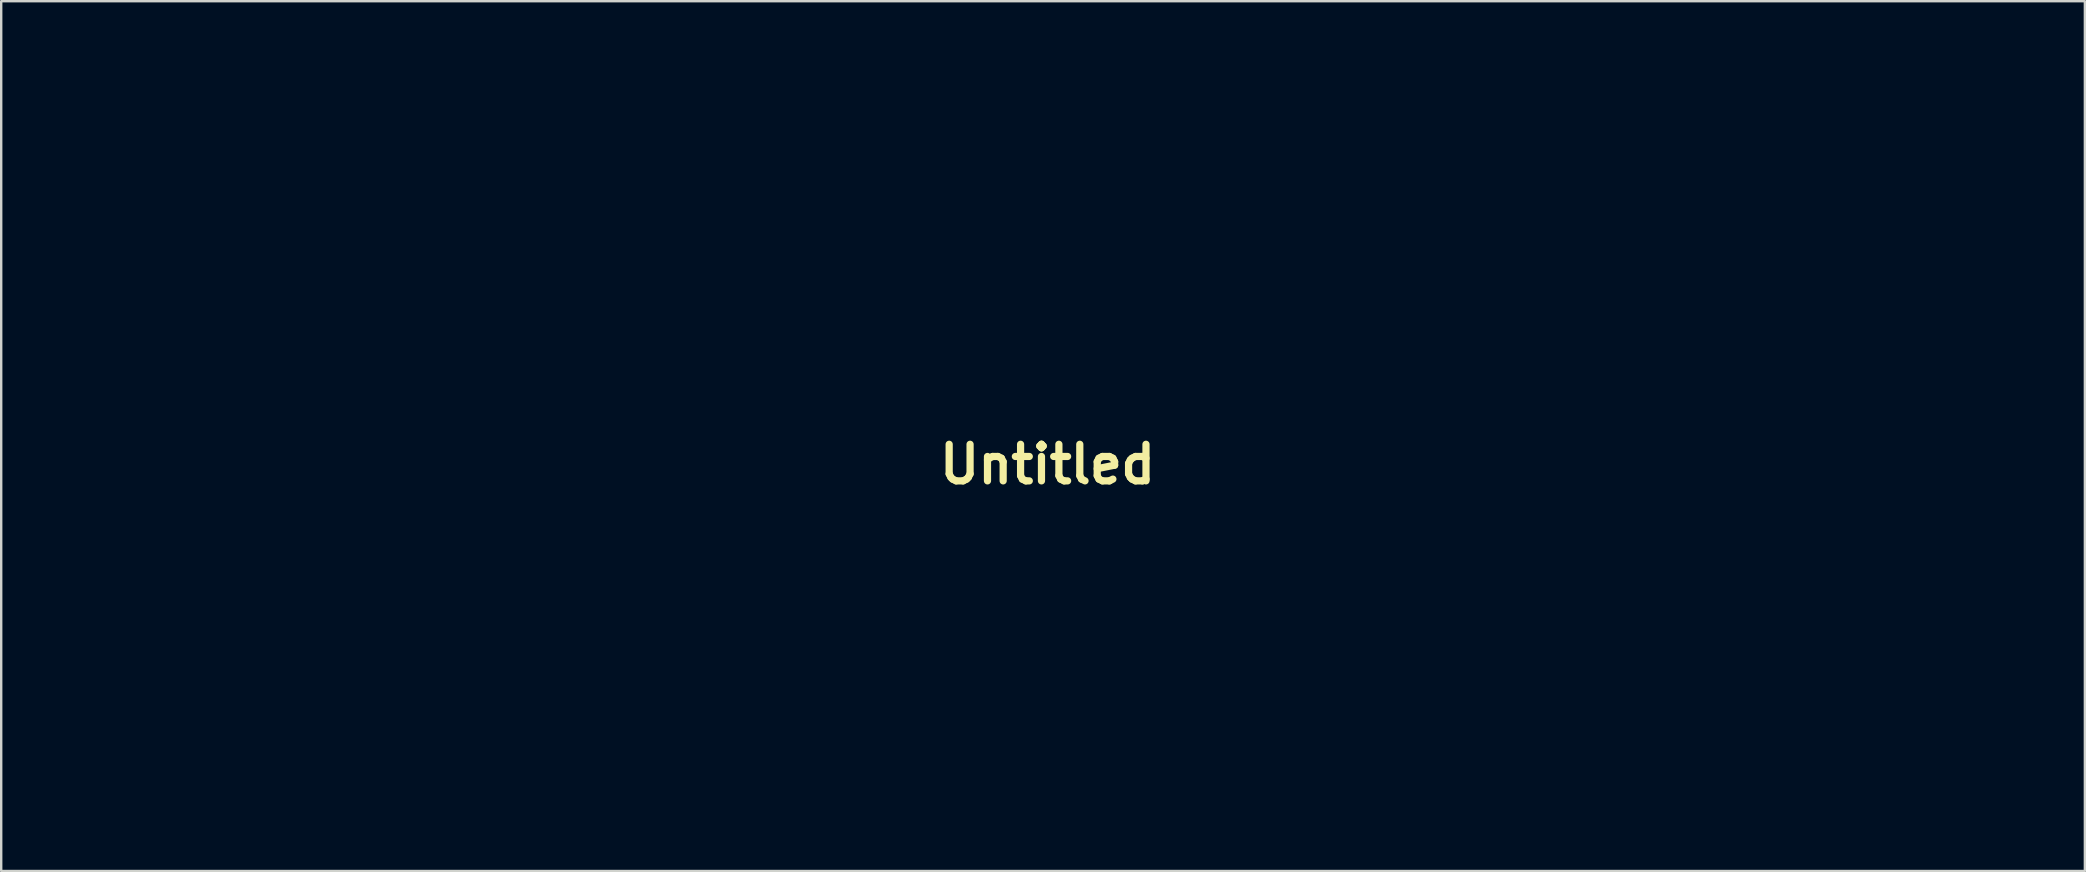
<source format=kicad_pcb>
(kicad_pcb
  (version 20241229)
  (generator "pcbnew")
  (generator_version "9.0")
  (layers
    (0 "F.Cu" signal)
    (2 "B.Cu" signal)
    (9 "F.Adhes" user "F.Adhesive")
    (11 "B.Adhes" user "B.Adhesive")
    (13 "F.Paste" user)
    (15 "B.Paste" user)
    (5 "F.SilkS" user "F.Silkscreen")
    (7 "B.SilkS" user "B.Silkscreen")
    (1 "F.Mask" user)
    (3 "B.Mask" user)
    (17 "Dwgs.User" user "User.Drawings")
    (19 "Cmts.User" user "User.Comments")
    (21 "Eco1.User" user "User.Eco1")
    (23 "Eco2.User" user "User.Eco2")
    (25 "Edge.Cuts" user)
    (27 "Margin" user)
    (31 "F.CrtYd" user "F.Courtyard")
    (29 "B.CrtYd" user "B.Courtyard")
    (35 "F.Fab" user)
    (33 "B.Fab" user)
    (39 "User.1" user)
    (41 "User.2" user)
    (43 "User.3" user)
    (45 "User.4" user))
  (footprint "Untitled"
    (layer "F.Cu")
    (at 40.6 16.297)
    (property "Reference" "Untitled" (at 0 0 0) (layer "F.SilkS") (effects (font (size 1.524 1.524) (thickness 0.3))))
    (attr through_hole)
    (fp_poly (pts (xy 40.217 13.801) (xy 8.721 13.801) (xy 8.721 0.508) (xy 40.217 0.508) (xy 40.217 13.801)) (stroke (width 0.01) (type solid)) (fill yes) (layer "F.Mask"))
    (fp_poly (pts (xy -0.953 9.332) (xy 0.042 9.356) (xy 0.042 9.948) (xy -0.953 9.972) (xy -1.947 9.996) (xy -1.947 9.308) (xy -0.953 9.332)) (stroke (width 0.01) (type solid)) (fill yes) (layer "F.Mask"))
    (fp_poly (pts (xy -25.871 4.176) (xy -25.833 4.288) (xy -25.839 4.338) (xy -25.919 4.497) (xy -26.06 4.565) (xy -26.187 4.518) (xy -26.238 4.391) (xy -26.247 4.304) (xy -26.19 4.181) (xy -26.029 4.149) (xy -25.871 4.176)) (stroke (width 0.01) (type solid)) (fill yes) (layer "F.Mask"))
    (fp_poly (pts (xy -30.93 -1.401) (xy -30.946 -1.277) (xy -31.033 -1.153) (xy -31.211 -1.027) (xy -31.34 -1.06) (xy -31.364 -1.093) (xy -31.379 -1.244) (xy -31.3 -1.388) (xy -31.191 -1.439) (xy -31.04 -1.443) (xy -31.011 -1.446) (xy -30.93 -1.401)) (stroke (width 0.01) (type solid)) (fill yes) (layer "F.Mask"))
    (fp_poly (pts (xy 0.127 -9.017) (xy -0.762 -8.966) (xy -0.762 -3.556) (xy 0.169 -3.556) (xy 0.169 -2.794) (xy -2.117 -2.794) (xy -2.117 -3.556) (xy -1.185 -3.556) (xy -1.185 -8.966) (xy -2.074 -9.017) (xy -2.074 -9.779) (xy 0.127 -9.779) (xy 0.127 -9.017)) (stroke (width 0.01) (type solid)) (fill yes) (layer "F.Mask"))
    (fp_poly (pts (xy -22.879 9.165) (xy -22.855 10.414) (xy -29.215 10.414) (xy -29.191 9.165) (xy -29.173 8.213) (xy -28.956 8.213) (xy -28.956 10.16) (xy -23.114 10.16) (xy -23.114 8.213) (xy -28.956 8.213) (xy -29.173 8.213) (xy -29.168 7.916) (xy -22.902 7.916) (xy -22.879 9.165)) (stroke (width 0.01) (type solid)) (fill yes) (layer "F.Mask"))
    (fp_poly (pts (xy -25.919 8.763) (xy -25.794 8.876) (xy -25.669 9.105) (xy -25.676 9.328) (xy -25.801 9.497) (xy -26.025 9.567) (xy -26.035 9.567) (xy -26.229 9.521) (xy -26.314 9.466) (xy -26.408 9.266) (xy -26.398 9.186) (xy -26.162 9.186) (xy -26.094 9.299) (xy -26.035 9.313) (xy -25.923 9.246) (xy -25.908 9.186) (xy -25.976 9.074) (xy -26.035 9.059) (xy -26.147 9.127) (xy -26.162 9.186) (xy -26.398 9.186) (xy -26.378 9.032) (xy -26.261 8.861) (xy -26.075 8.737) (xy -25.919 8.763)) (stroke (width 0.01) (type solid)) (fill yes) (layer "F.Mask"))
    (fp_poly (pts (xy -26.598 -7.006) (xy -26.012 -6.949) (xy -25.574 -6.844) (xy -25.269 -6.68) (xy -25.08 -6.446) (xy -24.99 -6.13) (xy -24.977 -5.902) (xy -25.006 -5.531) (xy -25.112 -5.276) (xy -25.321 -5.09) (xy -25.513 -4.99) (xy -25.77 -4.901) (xy -26.089 -4.849) (xy -26.516 -4.829) (xy -26.649 -4.828) (xy -27.432 -4.826) (xy -27.432 -6.435) (xy -26.67 -6.435) (xy -26.67 -5.334) (xy -26.359 -5.334) (xy -26.107 -5.371) (xy -25.907 -5.463) (xy -25.893 -5.474) (xy -25.776 -5.671) (xy -25.739 -5.893) (xy -25.811 -6.171) (xy -26.015 -6.356) (xy -26.335 -6.433) (xy -26.393 -6.435) (xy -26.67 -6.435) (xy -27.432 -6.435) (xy -27.432 -7.052) (xy -26.598 -7.006)) (stroke (width 0.01) (type solid)) (fill yes) (layer "F.Mask"))
    (fp_poly (pts (xy -32.256 -9.204) (xy -31.612 -9.117) (xy -31.112 -8.946) (xy -30.749 -8.687) (xy -30.518 -8.336) (xy -30.418 -7.936) (xy -30.43 -7.433) (xy -30.586 -7.015) (xy -30.881 -6.687) (xy -31.313 -6.45) (xy -31.877 -6.309) (xy -32.516 -6.265) (xy -33.02 -6.265) (xy -33.02 -7.56) (xy -32.247 -7.56) (xy -32.242 -7.298) (xy -32.225 -7.148) (xy -32.222 -7.141) (xy -32.105 -7.04) (xy -31.877 -7.061) (xy -31.614 -7.164) (xy -31.364 -7.357) (xy -31.244 -7.608) (xy -31.246 -7.882) (xy -31.358 -8.142) (xy -31.572 -8.35) (xy -31.878 -8.472) (xy -31.962 -8.484) (xy -32.216 -8.509) (xy -32.241 -7.882) (xy -32.247 -7.56) (xy -33.02 -7.56) (xy -33.02 -9.254) (xy -32.256 -9.204)) (stroke (width 0.01) (type solid)) (fill yes) (layer "F.Mask"))
    (fp_poly (pts (xy -26.591 -9.211) (xy -26.099 -9.174) (xy -25.747 -9.109) (xy -25.506 -9.003) (xy -25.346 -8.842) (xy -25.237 -8.613) (xy -25.23 -8.591) (xy -25.169 -8.183) (xy -25.252 -7.809) (xy -25.45 -7.528) (xy -25.565 -7.434) (xy -25.697 -7.372) (xy -25.885 -7.334) (xy -26.168 -7.31) (xy -26.55 -7.295) (xy -27.432 -7.266) (xy -27.432 -8.255) (xy -26.67 -8.255) (xy -26.663 -7.986) (xy -26.632 -7.847) (xy -26.561 -7.795) (xy -26.495 -7.789) (xy -26.272 -7.83) (xy -26.156 -7.877) (xy -26.022 -8.038) (xy -25.993 -8.241) (xy -26.041 -8.524) (xy -26.195 -8.679) (xy -26.433 -8.721) (xy -26.569 -8.711) (xy -26.639 -8.656) (xy -26.666 -8.512) (xy -26.67 -8.255) (xy -27.432 -8.255) (xy -27.432 -9.251) (xy -26.591 -9.211)) (stroke (width 0.01) (type solid)) (fill yes) (layer "F.Mask"))
    (fp_poly (pts (xy -25.759 8.371) (xy -25.489 8.558) (xy -25.329 8.78) (xy -25.24 9.093) (xy -25.281 9.407) (xy -25.424 9.689) (xy -25.646 9.907) (xy -25.919 10.028) (xy -26.218 10.022) (xy -26.298 9.994) (xy -26.548 9.815) (xy -26.744 9.541) (xy -26.837 9.244) (xy -26.839 9.196) (xy -26.823 9.109) (xy -26.601 9.109) (xy -26.57 9.369) (xy -26.438 9.588) (xy -26.227 9.714) (xy -25.964 9.733) (xy -25.722 9.648) (xy -25.616 9.548) (xy -25.498 9.257) (xy -25.52 8.961) (xy -25.67 8.724) (xy -25.914 8.582) (xy -26.155 8.579) (xy -26.367 8.686) (xy -26.524 8.872) (xy -26.601 9.109) (xy -26.823 9.109) (xy -26.773 8.828) (xy -26.598 8.552) (xy -26.348 8.378) (xy -26.057 8.315) (xy -25.759 8.371)) (stroke (width 0.01) (type solid)) (fill yes) (layer "F.Mask"))
    (fp_poly (pts (xy -0.659 4.228) (xy -0.374 4.412) (xy -0.362 4.425) (xy -0.098 4.822) (xy 0.089 5.329) (xy 0.2 5.907) (xy 0.235 6.517) (xy 0.193 7.122) (xy 0.073 7.684) (xy -0.123 8.164) (xy -0.336 8.464) (xy -0.544 8.642) (xy -0.771 8.713) (xy -0.934 8.721) (xy -1.191 8.696) (xy -1.386 8.599) (xy -1.567 8.43) (xy -1.843 8.018) (xy -2.022 7.473) (xy -2.102 6.792) (xy -2.099 6.217) (xy -1.739 6.217) (xy -1.732 6.67) (xy -1.67 7.109) (xy -1.557 7.505) (xy -1.397 7.827) (xy -1.196 8.045) (xy -0.957 8.128) (xy -0.948 8.128) (xy -0.819 8.072) (xy -0.641 7.933) (xy -0.594 7.888) (xy -0.368 7.571) (xy -0.23 7.149) (xy -0.172 6.601) (xy -0.17 6.444) (xy -0.206 5.926) (xy -0.309 5.491) (xy -0.465 5.154) (xy -0.662 4.929) (xy -0.887 4.83) (xy -1.129 4.871) (xy -1.373 5.067) (xy -1.386 5.082) (xy -1.571 5.393) (xy -1.687 5.781) (xy -1.739 6.217) (xy -2.099 6.217) (xy -2.099 6.191) (xy -2.026 5.526) (xy -1.882 4.981) (xy -1.669 4.568) (xy -1.394 4.299) (xy -1.337 4.267) (xy -1 4.177) (xy -0.659 4.228)) (stroke (width 0.01) (type solid)) (fill yes) (layer "F.Mask"))
    (fp_poly (pts (xy 9.593 -9.802) (xy 10.964 -9.779) (xy 11.017 -8.467) (xy 11.037 -7.88) (xy 11.044 -7.442) (xy 11.036 -7.134) (xy 11.011 -6.935) (xy 10.966 -6.827) (xy 10.9 -6.788) (xy 10.848 -6.791) (xy 10.79 -6.825) (xy 10.749 -6.917) (xy 10.721 -7.094) (xy 10.702 -7.384) (xy 10.689 -7.811) (xy 10.687 -7.896) (xy 10.663 -8.975) (xy 9.821 -8.975) (xy 9.821 -3.566) (xy 10.18 -3.54) (xy 10.444 -3.488) (xy 10.569 -3.362) (xy 10.575 -3.134) (xy 10.547 -2.999) (xy 10.518 -2.909) (xy 10.464 -2.851) (xy 10.354 -2.816) (xy 10.157 -2.8) (xy 9.841 -2.794) (xy 9.566 -2.794) (xy 8.636 -2.794) (xy 8.636 -3.546) (xy 8.996 -3.572) (xy 9.356 -3.598) (xy 9.4 -8.975) (xy 8.573 -8.975) (xy 8.512 -7.869) (xy 8.484 -7.415) (xy 8.458 -7.105) (xy 8.428 -6.915) (xy 8.389 -6.817) (xy 8.337 -6.789) (xy 8.311 -6.791) (xy 8.255 -6.821) (xy 8.214 -6.904) (xy 8.186 -7.065) (xy 8.167 -7.329) (xy 8.153 -7.721) (xy 8.145 -8.044) (xy 8.14 -8.508) (xy 8.141 -8.932) (xy 8.15 -9.278) (xy 8.165 -9.507) (xy 8.171 -9.548) (xy 8.221 -9.825) (xy 9.593 -9.802)) (stroke (width 0.01) (type solid)) (fill yes) (layer "F.Mask"))
    (fp_poly (pts (xy 28.575 -9.548) (xy 28.591 -9.364) (xy 28.602 -9.05) (xy 28.606 -8.646) (xy 28.603 -8.19) (xy 28.6 -8.044) (xy 28.588 -7.559) (xy 28.572 -7.217) (xy 28.55 -6.995) (xy 28.518 -6.866) (xy 28.472 -6.805) (xy 28.435 -6.791) (xy 28.376 -6.799) (xy 28.332 -6.864) (xy 28.299 -7.014) (xy 28.272 -7.272) (xy 28.245 -7.663) (xy 28.233 -7.869) (xy 28.172 -8.975) (xy 27.345 -8.975) (xy 27.39 -3.598) (xy 27.75 -3.572) (xy 28.109 -3.546) (xy 28.109 -2.794) (xy 27.18 -2.794) (xy 26.773 -2.795) (xy 26.504 -2.804) (xy 26.343 -2.826) (xy 26.257 -2.869) (xy 26.216 -2.938) (xy 26.198 -2.999) (xy 26.16 -3.279) (xy 26.233 -3.445) (xy 26.435 -3.525) (xy 26.565 -3.54) (xy 26.924 -3.566) (xy 26.924 -8.975) (xy 26.082 -8.975) (xy 26.059 -7.896) (xy 26.046 -7.443) (xy 26.028 -7.133) (xy 26.002 -6.939) (xy 25.963 -6.835) (xy 25.908 -6.794) (xy 25.897 -6.791) (xy 25.817 -6.796) (xy 25.759 -6.859) (xy 25.722 -7) (xy 25.704 -7.239) (xy 25.702 -7.595) (xy 25.715 -8.089) (xy 25.729 -8.467) (xy 25.781 -9.779) (xy 27.153 -9.802) (xy 28.524 -9.825) (xy 28.575 -9.548)) (stroke (width 0.01) (type solid)) (fill yes) (layer "F.Mask"))
    (fp_poly (pts (xy 20.078 -9.803) (xy 20.115 -9.802) (xy 21.463 -9.779) (xy 21.487 -8.615) (xy 21.495 -8.151) (xy 21.495 -7.83) (xy 21.485 -7.626) (xy 21.459 -7.512) (xy 21.417 -7.463) (xy 21.352 -7.451) (xy 21.338 -7.451) (xy 21.257 -7.463) (xy 21.206 -7.521) (xy 21.179 -7.657) (xy 21.168 -7.904) (xy 21.167 -8.213) (xy 21.167 -8.975) (xy 19.558 -8.975) (xy 19.558 -6.943) (xy 20.405 -6.943) (xy 20.405 -7.366) (xy 20.418 -7.632) (xy 20.465 -7.762) (xy 20.532 -7.789) (xy 20.582 -7.766) (xy 20.617 -7.68) (xy 20.64 -7.508) (xy 20.653 -7.226) (xy 20.658 -6.809) (xy 20.659 -6.555) (xy 20.655 -6.053) (xy 20.644 -5.701) (xy 20.623 -5.481) (xy 20.592 -5.372) (xy 20.553 -5.355) (xy 20.484 -5.452) (xy 20.425 -5.662) (xy 20.405 -5.806) (xy 20.362 -6.223) (xy 19.6 -6.223) (xy 19.6 -3.598) (xy 20.003 -3.573) (xy 20.405 -3.547) (xy 20.405 -2.794) (xy 19.56 -2.794) (xy 19.175 -2.796) (xy 18.927 -2.806) (xy 18.782 -2.833) (xy 18.708 -2.883) (xy 18.672 -2.965) (xy 18.663 -3) (xy 18.645 -3.291) (xy 18.751 -3.49) (xy 18.948 -3.572) (xy 19.177 -3.598) (xy 19.222 -8.975) (xy 19.026 -8.975) (xy 18.781 -9.041) (xy 18.649 -9.23) (xy 18.628 -9.394) (xy 18.635 -9.55) (xy 18.67 -9.663) (xy 18.756 -9.739) (xy 18.916 -9.784) (xy 19.175 -9.806) (xy 19.554 -9.81) (xy 20.078 -9.803)) (stroke (width 0.01) (type solid)) (fill yes) (layer "F.Mask"))
    (fp_poly (pts (xy -26.903 -10.145) (xy -26.319 -10.135) (xy -25.878 -10.123) (xy -25.553 -10.108) (xy -25.317 -10.085) (xy -25.142 -10.051) (xy -25.003 -10.004) (xy -24.872 -9.94) (xy -24.81 -9.906) (xy -24.434 -9.63) (xy -24.194 -9.286) (xy -24.077 -8.851) (xy -24.064 -8.422) (xy -24.097 -8.036) (xy -24.166 -7.766) (xy -24.271 -7.576) (xy -24.453 -7.327) (xy -24.169 -7.012) (xy -23.887 -6.58) (xy -23.743 -6.082) (xy -23.739 -5.554) (xy -23.879 -5.032) (xy -24.025 -4.747) (xy -24.251 -4.457) (xy -24.551 -4.225) (xy -24.762 -4.108) (xy -24.936 -4.021) (xy -25.088 -3.955) (xy -25.248 -3.909) (xy -25.444 -3.877) (xy -25.703 -3.855) (xy -26.056 -3.841) (xy -26.529 -3.83) (xy -26.939 -3.822) (xy -28.617 -3.792) (xy -28.617 -4.572) (xy -27.686 -4.572) (xy -26.73 -4.572) (xy -26.289 -4.576) (xy -25.974 -4.594) (xy -25.742 -4.631) (xy -25.55 -4.693) (xy -25.402 -4.763) (xy -25.019 -5.019) (xy -24.783 -5.338) (xy -24.671 -5.747) (xy -24.664 -5.815) (xy -24.7 -6.258) (xy -24.89 -6.631) (xy -25.231 -6.929) (xy -25.262 -6.948) (xy -25.546 -7.115) (xy -25.209 -7.452) (xy -25.022 -7.649) (xy -24.925 -7.802) (xy -24.894 -7.981) (xy -24.905 -8.252) (xy -24.908 -8.294) (xy -24.981 -8.704) (xy -25.142 -9.016) (xy -25.407 -9.24) (xy -25.791 -9.386) (xy -26.309 -9.463) (xy -26.818 -9.481) (xy -27.686 -9.483) (xy -27.686 -4.572) (xy -28.617 -4.572) (xy -28.617 -10.172) (xy -26.903 -10.145)) (stroke (width 0.01) (type solid)) (fill yes) (layer "F.Mask"))
    (fp_poly (pts (xy 16.985 -9.879) (xy 17.037 -9.851) (xy 17.274 -9.64) (xy 17.507 -9.295) (xy 17.72 -8.851) (xy 17.895 -8.341) (xy 17.992 -7.93) (xy 18.089 -7.21) (xy 18.123 -6.43) (xy 18.097 -5.634) (xy 18.016 -4.865) (xy 17.882 -4.167) (xy 17.698 -3.584) (xy 17.677 -3.534) (xy 17.443 -3.13) (xy 17.147 -2.834) (xy 16.815 -2.659) (xy 16.475 -2.619) (xy 16.152 -2.726) (xy 16.107 -2.756) (xy 15.871 -2.999) (xy 15.643 -3.384) (xy 15.437 -3.882) (xy 15.313 -4.283) (xy 15.221 -4.754) (xy 15.157 -5.34) (xy 15.133 -5.815) (xy 15.596 -5.815) (xy 15.653 -5.071) (xy 15.768 -4.455) (xy 15.937 -3.977) (xy 16.16 -3.646) (xy 16.33 -3.514) (xy 16.556 -3.413) (xy 16.729 -3.416) (xy 16.92 -3.531) (xy 17.006 -3.601) (xy 17.227 -3.882) (xy 17.406 -4.297) (xy 17.54 -4.816) (xy 17.63 -5.409) (xy 17.673 -6.044) (xy 17.668 -6.693) (xy 17.615 -7.325) (xy 17.512 -7.909) (xy 17.358 -8.416) (xy 17.194 -8.752) (xy 16.956 -9.026) (xy 16.688 -9.147) (xy 16.414 -9.112) (xy 16.182 -8.944) (xy 15.97 -8.654) (xy 15.81 -8.284) (xy 15.698 -7.809) (xy 15.627 -7.208) (xy 15.598 -6.678) (xy 15.596 -5.815) (xy 15.133 -5.815) (xy 15.124 -5.993) (xy 15.12 -6.661) (xy 15.148 -7.295) (xy 15.207 -7.847) (xy 15.265 -8.146) (xy 15.467 -8.801) (xy 15.711 -9.318) (xy 15.99 -9.69) (xy 16.3 -9.911) (xy 16.634 -9.976) (xy 16.985 -9.879)) (stroke (width 0.01) (type solid)) (fill yes) (layer "F.Mask"))
    (fp_poly (pts (xy 31.04 -9.879) (xy 31.092 -9.851) (xy 31.328 -9.64) (xy 31.562 -9.295) (xy 31.774 -8.851) (xy 31.949 -8.341) (xy 32.047 -7.93) (xy 32.143 -7.21) (xy 32.177 -6.43) (xy 32.152 -5.634) (xy 32.071 -4.865) (xy 31.937 -4.167) (xy 31.753 -3.584) (xy 31.732 -3.534) (xy 31.498 -3.13) (xy 31.202 -2.834) (xy 30.87 -2.659) (xy 30.53 -2.619) (xy 30.206 -2.726) (xy 30.161 -2.756) (xy 29.926 -2.999) (xy 29.698 -3.384) (xy 29.492 -3.882) (xy 29.368 -4.283) (xy 29.276 -4.754) (xy 29.212 -5.34) (xy 29.187 -5.815) (xy 29.651 -5.815) (xy 29.708 -5.071) (xy 29.823 -4.455) (xy 29.992 -3.977) (xy 30.214 -3.646) (xy 30.385 -3.514) (xy 30.611 -3.413) (xy 30.784 -3.416) (xy 30.975 -3.531) (xy 31.06 -3.601) (xy 31.282 -3.882) (xy 31.461 -4.297) (xy 31.595 -4.816) (xy 31.684 -5.409) (xy 31.727 -6.044) (xy 31.723 -6.693) (xy 31.669 -7.325) (xy 31.567 -7.909) (xy 31.413 -8.416) (xy 31.249 -8.752) (xy 31.011 -9.026) (xy 30.743 -9.147) (xy 30.469 -9.112) (xy 30.237 -8.944) (xy 30.024 -8.654) (xy 29.865 -8.284) (xy 29.753 -7.809) (xy 29.682 -7.208) (xy 29.653 -6.678) (xy 29.651 -5.815) (xy 29.187 -5.815) (xy 29.178 -5.993) (xy 29.175 -6.661) (xy 29.203 -7.295) (xy 29.262 -7.847) (xy 29.32 -8.146) (xy 29.521 -8.801) (xy 29.765 -9.318) (xy 30.045 -9.69) (xy 30.355 -9.911) (xy 30.689 -9.976) (xy 31.04 -9.879)) (stroke (width 0.01) (type solid)) (fill yes) (layer "F.Mask"))
    (fp_poly (pts (xy -3.599 -9.803) (xy -3.335 -9.787) (xy -3.18 -9.757) (xy -3.119 -9.718) (xy -3.092 -9.592) (xy -3.071 -9.339) (xy -3.057 -9.003) (xy -3.05 -8.626) (xy -3.052 -8.252) (xy -3.062 -7.922) (xy -3.08 -7.681) (xy -3.099 -7.585) (xy -3.209 -7.465) (xy -3.345 -7.483) (xy -3.42 -7.585) (xy -3.445 -7.732) (xy -3.463 -7.994) (xy -3.471 -8.317) (xy -3.471 -8.347) (xy -3.471 -8.975) (xy -4.995 -8.975) (xy -4.995 -6.943) (xy -4.233 -6.943) (xy -4.232 -7.26) (xy -4.203 -7.549) (xy -4.129 -7.726) (xy -4.02 -7.767) (xy -3.989 -7.753) (xy -3.952 -7.649) (xy -3.924 -7.415) (xy -3.905 -7.09) (xy -3.896 -6.713) (xy -3.897 -6.323) (xy -3.907 -5.959) (xy -3.928 -5.66) (xy -3.959 -5.464) (xy -3.976 -5.421) (xy -4.067 -5.34) (xy -4.139 -5.418) (xy -4.193 -5.661) (xy -4.214 -5.84) (xy -4.255 -6.265) (xy -4.995 -6.265) (xy -4.995 -3.556) (xy -4.616 -3.556) (xy -4.375 -3.544) (xy -4.25 -3.491) (xy -4.191 -3.373) (xy -4.185 -3.35) (xy -4.166 -3.116) (xy -4.189 -2.969) (xy -4.227 -2.889) (xy -4.303 -2.838) (xy -4.449 -2.809) (xy -4.697 -2.797) (xy -5.082 -2.794) (xy -5.927 -2.794) (xy -5.927 -3.175) (xy -5.919 -3.409) (xy -5.877 -3.52) (xy -5.768 -3.554) (xy -5.673 -3.556) (xy -5.419 -3.556) (xy -5.419 -8.963) (xy -5.652 -8.99) (xy -5.795 -9.022) (xy -5.863 -9.105) (xy -5.883 -9.29) (xy -5.884 -9.398) (xy -5.884 -9.779) (xy -4.536 -9.802) (xy -3.993 -9.808) (xy -3.599 -9.803)) (stroke (width 0.01) (type solid)) (fill yes) (layer "F.Mask"))
    (fp_poly (pts (xy -20.666 -8.96) (xy -19.812 -7.76) (xy -19.812 -10.16) (xy -17.78 -10.16) (xy -17.78 -3.81) (xy -19.466 -3.81) (xy -21.209 -6.249) (xy -21.256 -3.81) (xy -23.199 -3.81) (xy -23.199 -7.027) (xy -22.352 -7.027) (xy -22.351 -6.31) (xy -22.348 -5.744) (xy -22.341 -5.313) (xy -22.33 -5) (xy -22.313 -4.786) (xy -22.291 -4.655) (xy -22.261 -4.59) (xy -22.225 -4.572) (xy -22.186 -4.591) (xy -22.156 -4.66) (xy -22.133 -4.797) (xy -22.117 -5.021) (xy -22.107 -5.349) (xy -22.101 -5.8) (xy -22.098 -6.393) (xy -22.098 -6.786) (xy -22.098 -9.001) (xy -20.532 -6.808) (xy -20.015 -6.09) (xy -19.587 -5.51) (xy -19.248 -5.071) (xy -19 -4.772) (xy -18.843 -4.614) (xy -18.796 -4.587) (xy -18.746 -4.583) (xy -18.707 -4.602) (xy -18.678 -4.66) (xy -18.658 -4.777) (xy -18.645 -4.969) (xy -18.638 -5.256) (xy -18.637 -5.655) (xy -18.639 -6.184) (xy -18.645 -6.861) (xy -18.647 -7) (xy -18.654 -7.716) (xy -18.663 -8.28) (xy -18.674 -8.709) (xy -18.688 -9.021) (xy -18.707 -9.232) (xy -18.731 -9.361) (xy -18.762 -9.425) (xy -18.796 -9.44) (xy -18.836 -9.42) (xy -18.868 -9.346) (xy -18.893 -9.201) (xy -18.914 -8.966) (xy -18.931 -8.623) (xy -18.946 -8.154) (xy -18.96 -7.54) (xy -18.965 -7.284) (xy -19.008 -5.127) (xy -20.561 -7.305) (xy -20.945 -7.839) (xy -21.302 -8.325) (xy -21.619 -8.747) (xy -21.884 -9.089) (xy -22.084 -9.334) (xy -22.205 -9.465) (xy -22.233 -9.483) (xy -22.268 -9.459) (xy -22.296 -9.378) (xy -22.317 -9.222) (xy -22.332 -8.974) (xy -22.342 -8.619) (xy -22.349 -8.138) (xy -22.352 -7.516) (xy -22.352 -7.027) (xy -23.199 -7.027) (xy -23.199 -10.16) (xy -21.52 -10.16) (xy -20.666 -8.96)) (stroke (width 0.01) (type solid)) (fill yes) (layer "F.Mask"))
    (fp_poly (pts (xy -32.618 -10.145) (xy -32.056 -10.134) (xy -31.634 -10.121) (xy -31.321 -10.103) (xy -31.088 -10.075) (xy -30.906 -10.034) (xy -30.743 -9.977) (xy -30.571 -9.901) (xy -30.565 -9.897) (xy -30.028 -9.574) (xy -29.636 -9.174) (xy -29.378 -8.681) (xy -29.244 -8.079) (xy -29.228 -7.894) (xy -29.244 -7.284) (xy -29.385 -6.766) (xy -29.661 -6.309) (xy -29.764 -6.188) (xy -30.04 -5.882) (xy -29.767 -5.417) (xy -29.581 -5.095) (xy -29.362 -4.713) (xy -29.176 -4.381) (xy -28.857 -3.81) (xy -31.236 -3.81) (xy -32.216 -5.461) (xy -32.264 -3.81) (xy -34.205 -3.81) (xy -34.205 -7.038) (xy -33.274 -7.038) (xy -33.273 -6.319) (xy -33.27 -5.752) (xy -33.263 -5.319) (xy -33.252 -5.004) (xy -33.235 -4.789) (xy -33.213 -4.657) (xy -33.184 -4.59) (xy -33.147 -4.572) (xy -33.084 -4.603) (xy -33.045 -4.715) (xy -33.025 -4.937) (xy -33.02 -5.292) (xy -33.02 -6.011) (xy -32.449 -6.012) (xy -32.127 -6.02) (xy -31.854 -6.038) (xy -31.7 -6.061) (xy -31.607 -6.063) (xy -31.51 -6.001) (xy -31.387 -5.852) (xy -31.218 -5.592) (xy -31.067 -5.34) (xy -30.813 -4.935) (xy -30.619 -4.682) (xy -30.482 -4.576) (xy -30.458 -4.572) (xy -30.397 -4.588) (xy -30.384 -4.648) (xy -30.426 -4.771) (xy -30.534 -4.977) (xy -30.714 -5.286) (xy -30.978 -5.715) (xy -31.004 -5.757) (xy -31.136 -5.983) (xy -31.182 -6.112) (xy -31.15 -6.187) (xy -31.1 -6.223) (xy -30.794 -6.448) (xy -30.512 -6.726) (xy -30.3 -7.006) (xy -30.221 -7.169) (xy -30.143 -7.62) (xy -30.183 -8.087) (xy -30.329 -8.508) (xy -30.454 -8.7) (xy -30.756 -9.007) (xy -31.107 -9.225) (xy -31.541 -9.367) (xy -32.091 -9.447) (xy -32.39 -9.466) (xy -33.274 -9.505) (xy -33.274 -7.038) (xy -34.205 -7.038) (xy -34.205 -10.173) (xy -32.618 -10.145)) (stroke (width 0.01) (type solid)) (fill yes) (layer "F.Mask"))
    (fp_poly (pts (xy -23.675 5.211) (xy -23.622 5.256) (xy -23.56 5.295) (xy -23.495 5.28) (xy -23.387 5.294) (xy -23.368 5.367) (xy -23.316 5.474) (xy -23.262 5.482) (xy -23.185 5.53) (xy -23.181 5.609) (xy -23.158 5.733) (xy -23.109 5.757) (xy -23.048 5.819) (xy -23.059 5.882) (xy -23.055 6.02) (xy -23.021 6.059) (xy -23.007 6.143) (xy -23.088 6.228) (xy -23.171 6.319) (xy -23.135 6.347) (xy -23.038 6.396) (xy -23.053 6.48) (xy -23.156 6.519) (xy -23.269 6.58) (xy -23.283 6.632) (xy -23.348 6.744) (xy -23.389 6.758) (xy -23.545 6.781) (xy -23.749 6.817) (xy -23.97 6.825) (xy -24.122 6.784) (xy -24.289 6.737) (xy -24.355 6.748) (xy -24.452 6.722) (xy -24.469 6.655) (xy -24.516 6.537) (xy -24.562 6.519) (xy -24.617 6.457) (xy -24.602 6.378) (xy -24.607 6.224) (xy -24.656 6.166) (xy -24.72 6.09) (xy -24.65 6.022) (xy -24.621 5.994) (xy -24.366 5.994) (xy -24.346 6.179) (xy -24.187 6.386) (xy -24.171 6.401) (xy -23.932 6.552) (xy -23.678 6.536) (xy -23.474 6.414) (xy -23.384 6.248) (xy -23.379 6.014) (xy -23.454 5.788) (xy -23.516 5.705) (xy -23.61 5.624) (xy -23.657 5.647) (xy -23.682 5.802) (xy -23.69 5.911) (xy -23.74 6.168) (xy -23.821 6.278) (xy -23.903 6.239) (xy -23.955 6.049) (xy -23.961 5.927) (xy -23.984 5.681) (xy -24.056 5.599) (xy -24.175 5.678) (xy -24.252 5.776) (xy -24.366 5.994) (xy -24.621 5.994) (xy -24.577 5.951) (xy -24.65 5.901) (xy -24.721 5.845) (xy -24.655 5.777) (xy -24.57 5.643) (xy -24.57 5.58) (xy -24.531 5.49) (xy -24.449 5.486) (xy -24.344 5.467) (xy -24.356 5.37) (xy -24.367 5.273) (xy -24.264 5.277) (xy -24.227 5.288) (xy -24.087 5.307) (xy -24.045 5.276) (xy -23.973 5.22) (xy -23.834 5.195) (xy -23.675 5.211)) (stroke (width 0.01) (type solid)) (fill yes) (layer "F.Mask"))
    (fp_poly (pts (xy 3.132 -9.841) (xy 3.344 -9.746) (xy 3.446 -9.734) (xy 3.471 -9.796) (xy 3.537 -9.887) (xy 3.619 -9.89) (xy 3.681 -9.86) (xy 3.725 -9.781) (xy 3.754 -9.625) (xy 3.773 -9.365) (xy 3.787 -8.974) (xy 3.791 -8.776) (xy 3.799 -8.33) (xy 3.798 -8.027) (xy 3.785 -7.841) (xy 3.756 -7.746) (xy 3.71 -7.716) (xy 3.669 -7.719) (xy 3.547 -7.826) (xy 3.424 -8.095) (xy 3.376 -8.243) (xy 3.2 -8.691) (xy 2.986 -8.988) (xy 2.744 -9.131) (xy 2.483 -9.115) (xy 2.212 -8.936) (xy 2.135 -8.855) (xy 1.932 -8.588) (xy 1.781 -8.292) (xy 1.675 -7.939) (xy 1.609 -7.501) (xy 1.575 -6.948) (xy 1.566 -6.35) (xy 1.578 -5.647) (xy 1.617 -5.085) (xy 1.69 -4.639) (xy 1.803 -4.282) (xy 1.963 -3.989) (xy 2.175 -3.732) (xy 2.199 -3.708) (xy 2.461 -3.485) (xy 2.686 -3.402) (xy 2.922 -3.453) (xy 3.141 -3.581) (xy 3.429 -3.774) (xy 3.429 -5.207) (xy 3.027 -5.233) (xy 2.625 -5.259) (xy 2.625 -5.927) (xy 4.064 -5.927) (xy 4.064 -5.588) (xy 4.045 -5.376) (xy 3.998 -5.258) (xy 3.979 -5.249) (xy 3.942 -5.168) (xy 3.915 -4.936) (xy 3.899 -4.572) (xy 3.895 -4.206) (xy 3.893 -3.765) (xy 3.883 -3.461) (xy 3.86 -3.26) (xy 3.82 -3.13) (xy 3.757 -3.037) (xy 3.704 -2.984) (xy 3.37 -2.769) (xy 2.958 -2.646) (xy 2.538 -2.629) (xy 2.286 -2.684) (xy 2.002 -2.87) (xy 1.731 -3.2) (xy 1.486 -3.653) (xy 1.283 -4.204) (xy 1.212 -4.465) (xy 1.138 -4.898) (xy 1.09 -5.447) (xy 1.068 -6.063) (xy 1.073 -6.695) (xy 1.104 -7.293) (xy 1.162 -7.807) (xy 1.213 -8.07) (xy 1.358 -8.556) (xy 1.541 -9.013) (xy 1.743 -9.399) (xy 1.943 -9.674) (xy 2.016 -9.742) (xy 2.379 -9.929) (xy 2.776 -9.954) (xy 3.132 -9.841)) (stroke (width 0.01) (type solid)) (fill yes) (layer "F.Mask"))
    (fp_poly (pts (xy 38.481 -9.803) (xy 38.745 -9.787) (xy 38.899 -9.757) (xy 38.96 -9.718) (xy 38.988 -9.592) (xy 39.009 -9.339) (xy 39.023 -9.003) (xy 39.029 -8.626) (xy 39.027 -8.252) (xy 39.018 -7.922) (xy 38.999 -7.681) (xy 38.98 -7.585) (xy 38.87 -7.465) (xy 38.735 -7.483) (xy 38.659 -7.585) (xy 38.634 -7.732) (xy 38.616 -7.994) (xy 38.608 -8.317) (xy 38.608 -8.347) (xy 38.608 -8.975) (xy 37.084 -8.975) (xy 37.084 -6.943) (xy 37.846 -6.943) (xy 37.847 -7.26) (xy 37.87 -7.505) (xy 37.923 -7.688) (xy 37.932 -7.705) (xy 38.025 -7.783) (xy 38.097 -7.699) (xy 38.147 -7.45) (xy 38.175 -7.036) (xy 38.182 -6.562) (xy 38.172 -6.008) (xy 38.14 -5.621) (xy 38.087 -5.4) (xy 38.012 -5.342) (xy 37.932 -5.419) (xy 37.879 -5.58) (xy 37.849 -5.827) (xy 37.847 -5.905) (xy 37.846 -6.265) (xy 37.084 -6.265) (xy 37.084 -3.556) (xy 38.608 -3.556) (xy 38.608 -4.269) (xy 38.615 -4.705) (xy 38.641 -4.997) (xy 38.69 -5.167) (xy 38.768 -5.241) (xy 38.82 -5.249) (xy 38.904 -5.223) (xy 38.963 -5.13) (xy 39.002 -4.945) (xy 39.023 -4.646) (xy 39.031 -4.21) (xy 39.031 -4.022) (xy 39.027 -3.624) (xy 39.015 -3.282) (xy 38.998 -3.034) (xy 38.98 -2.928) (xy 38.939 -2.877) (xy 38.845 -2.84) (xy 38.673 -2.816) (xy 38.401 -2.802) (xy 38.002 -2.795) (xy 37.58 -2.794) (xy 37.055 -2.797) (xy 36.676 -2.806) (xy 36.422 -2.825) (xy 36.27 -2.854) (xy 36.197 -2.895) (xy 36.186 -2.914) (xy 36.161 -3.084) (xy 36.168 -3.274) (xy 36.225 -3.458) (xy 36.377 -3.533) (xy 36.428 -3.54) (xy 36.661 -3.567) (xy 36.661 -8.954) (xy 36.402 -9.005) (xy 36.24 -9.05) (xy 36.17 -9.135) (xy 36.162 -9.313) (xy 36.169 -9.418) (xy 36.195 -9.779) (xy 37.543 -9.802) (xy 38.087 -9.808) (xy 38.481 -9.803)) (stroke (width 0.01) (type solid)) (fill yes) (layer "F.Mask"))
    (fp_poly (pts (xy -27.993 5.213) (xy -27.94 5.266) (xy -27.874 5.308) (xy -27.771 5.292) (xy -27.651 5.276) (xy -27.651 5.364) (xy -27.659 5.385) (xy -27.673 5.49) (xy -27.574 5.478) (xy -27.46 5.478) (xy -27.432 5.591) (xy -27.392 5.727) (xy -27.337 5.757) (xy -27.288 5.793) (xy -27.34 5.876) (xy -27.394 5.986) (xy -27.33 6.039) (xy -27.263 6.094) (xy -27.329 6.16) (xy -27.396 6.293) (xy -27.383 6.378) (xy -27.385 6.497) (xy -27.463 6.519) (xy -27.557 6.573) (xy -27.549 6.642) (xy -27.568 6.745) (xy -27.658 6.766) (xy -27.855 6.783) (xy -28.067 6.816) (xy -28.287 6.825) (xy -28.44 6.784) (xy -28.616 6.74) (xy -28.688 6.754) (xy -28.777 6.756) (xy -28.762 6.661) (xy -28.763 6.542) (xy -28.841 6.519) (xy -28.934 6.469) (xy -28.92 6.378) (xy -28.926 6.221) (xy -28.974 6.16) (xy -29.04 6.085) (xy -28.974 6.039) (xy -28.908 5.972) (xy -28.924 5.945) (xy -28.612 5.945) (xy -28.592 6.058) (xy -28.512 6.074) (xy -28.237 5.98) (xy -28.085 5.957) (xy -28.028 6.002) (xy -28.025 6.033) (xy -28.094 6.144) (xy -28.265 6.266) (xy -28.3 6.284) (xy -28.575 6.418) (xy -28.363 6.506) (xy -28.165 6.58) (xy -28.043 6.579) (xy -27.917 6.496) (xy -27.87 6.456) (xy -27.697 6.22) (xy -27.668 5.959) (xy -27.78 5.723) (xy -27.892 5.626) (xy -28.076 5.54) (xy -28.243 5.57) (xy -28.294 5.595) (xy -28.467 5.708) (xy -28.553 5.791) (xy -28.612 5.945) (xy -28.924 5.945) (xy -28.963 5.876) (xy -29.012 5.781) (xy -28.918 5.757) (xy -28.817 5.714) (xy -28.829 5.589) (xy -28.844 5.468) (xy -28.757 5.468) (xy -28.75 5.471) (xy -28.637 5.462) (xy -28.617 5.388) (xy -28.564 5.294) (xy -28.49 5.303) (xy -28.381 5.305) (xy -28.363 5.269) (xy -28.291 5.206) (xy -28.152 5.186) (xy -27.993 5.213)) (stroke (width 0.01) (type solid)) (fill yes) (layer "F.Mask"))
    (fp_poly (pts (xy -25.822 5.123) (xy -25.776 5.229) (xy -25.79 5.264) (xy -25.775 5.315) (xy -25.652 5.291) (xy -25.516 5.265) (xy -25.5 5.333) (xy -25.515 5.376) (xy -25.528 5.481) (xy -25.443 5.473) (xy -25.338 5.486) (xy -25.315 5.591) (xy -25.282 5.727) (xy -25.236 5.757) (xy -25.178 5.824) (xy -25.173 5.975) (xy -25.215 6.133) (xy -25.269 6.208) (xy -25.303 6.288) (xy -25.252 6.321) (xy -25.153 6.411) (xy -25.186 6.498) (xy -25.273 6.519) (xy -25.385 6.578) (xy -25.4 6.628) (xy -25.47 6.728) (xy -25.548 6.752) (xy -25.737 6.779) (xy -25.961 6.82) (xy -26.186 6.831) (xy -26.288 6.776) (xy -26.408 6.713) (xy -26.467 6.723) (xy -26.57 6.702) (xy -26.585 6.644) (xy -26.653 6.534) (xy -26.712 6.519) (xy -26.821 6.473) (xy -26.826 6.389) (xy -26.733 6.347) (xy -26.702 6.307) (xy -26.781 6.228) (xy -26.876 6.114) (xy -26.871 6.105) (xy -26.486 6.105) (xy -26.412 6.315) (xy -26.29 6.476) (xy -26.099 6.567) (xy -25.99 6.594) (xy -25.896 6.558) (xy -25.758 6.472) (xy -25.598 6.326) (xy -25.599 6.227) (xy -25.76 6.183) (xy -25.823 6.181) (xy -26.025 6.143) (xy -26.077 6.054) (xy -26.002 5.953) (xy -25.823 5.927) (xy -25.625 5.897) (xy -25.584 5.811) (xy -25.703 5.678) (xy -25.786 5.619) (xy -25.945 5.531) (xy -26.067 5.54) (xy -26.23 5.648) (xy -26.44 5.868) (xy -26.486 6.105) (xy -26.871 6.105) (xy -26.84 6.054) (xy -26.793 5.966) (xy -26.846 5.877) (xy -26.895 5.782) (xy -26.799 5.757) (xy -26.798 5.757) (xy -26.693 5.709) (xy -26.701 5.63) (xy -26.688 5.521) (xy -26.625 5.503) (xy -26.517 5.435) (xy -26.501 5.367) (xy -26.449 5.271) (xy -26.374 5.28) (xy -26.265 5.279) (xy -26.247 5.241) (xy -26.181 5.192) (xy -26.077 5.207) (xy -25.939 5.214) (xy -25.908 5.165) (xy -25.856 5.11) (xy -25.822 5.123)) (stroke (width 0.01) (type solid)) (fill yes) (layer "F.Mask"))
    (fp_poly (pts (xy -5.251 4.374) (xy -5.19 4.458) (xy -5.154 4.574) (xy -5.078 4.832) (xy -4.968 5.212) (xy -4.83 5.692) (xy -4.67 6.253) (xy -4.494 6.873) (xy -4.392 7.236) (xy -3.651 9.864) (xy -3.646 7.514) (xy -3.641 5.165) (xy -3.835 5.165) (xy -4.079 5.099) (xy -4.211 4.908) (xy -4.233 4.735) (xy -4.193 4.518) (xy -4.058 4.389) (xy -3.803 4.334) (xy -3.5 4.335) (xy -3.006 4.36) (xy -2.978 4.696) (xy -2.991 4.977) (xy -3.083 5.128) (xy -3.118 5.171) (xy -3.147 5.255) (xy -3.17 5.397) (xy -3.189 5.612) (xy -3.203 5.916) (xy -3.215 6.326) (xy -3.224 6.858) (xy -3.231 7.528) (xy -3.237 8.306) (xy -3.243 9.109) (xy -3.249 9.759) (xy -3.256 10.272) (xy -3.265 10.665) (xy -3.277 10.954) (xy -3.293 11.155) (xy -3.314 11.285) (xy -3.342 11.36) (xy -3.376 11.396) (xy -3.419 11.41) (xy -3.438 11.413) (xy -3.495 11.41) (xy -3.549 11.373) (xy -3.606 11.284) (xy -3.674 11.124) (xy -3.759 10.876) (xy -3.867 10.523) (xy -4.005 10.047) (xy -4.18 9.429) (xy -4.229 9.254) (xy -4.404 8.63) (xy -4.575 8.022) (xy -4.734 7.46) (xy -4.872 6.975) (xy -4.98 6.597) (xy -5.039 6.392) (xy -5.238 5.715) (xy -5.244 8.149) (xy -5.249 10.583) (xy -4.953 10.583) (xy -4.771 10.591) (xy -4.685 10.647) (xy -4.658 10.795) (xy -4.657 10.964) (xy -4.657 11.345) (xy -5.283 11.345) (xy -5.635 11.336) (xy -5.851 11.295) (xy -5.964 11.2) (xy -6.006 11.03) (xy -6.011 10.865) (xy -5.951 10.671) (xy -5.842 10.608) (xy -5.795 10.59) (xy -5.758 10.553) (xy -5.729 10.479) (xy -5.707 10.35) (xy -5.692 10.148) (xy -5.682 9.857) (xy -5.676 9.458) (xy -5.674 8.933) (xy -5.673 8.266) (xy -5.673 7.873) (xy -5.673 5.183) (xy -5.889 5.129) (xy -6.025 5.076) (xy -6.081 4.974) (xy -6.083 4.768) (xy -6.08 4.717) (xy -6.054 4.36) (xy -5.651 4.334) (xy -5.391 4.331) (xy -5.251 4.374)) (stroke (width 0.01) (type solid)) (fill yes) (layer "F.Mask"))
    (fp_poly (pts (xy -21.769 -1.887) (xy -21.773 -1.715) (xy -21.88 -1.448) (xy -22.082 -1.101) (xy -22.225 -0.893) (xy -22.445 -0.577) (xy -22.574 -0.362) (xy -22.626 -0.216) (xy -22.616 -0.109) (xy -22.6 -0.074) (xy -22.535 0.03) (xy -22.46 0.049) (xy -22.319 -0.018) (xy -22.219 -0.077) (xy -22.018 -0.168) (xy -21.93 -0.156) (xy -21.961 -0.065) (xy -22.116 0.08) (xy -22.183 0.127) (xy -22.354 0.285) (xy -22.436 0.449) (xy -22.437 0.466) (xy -22.51 0.742) (xy -22.697 1.022) (xy -22.954 1.26) (xy -23.234 1.41) (xy -23.399 1.439) (xy -23.504 1.366) (xy -23.579 1.19) (xy -23.569 0.862) (xy -23.549 0.803) (xy -23.262 0.803) (xy -23.251 0.979) (xy -23.157 1.08) (xy -23.023 1.027) (xy -22.861 0.825) (xy -22.833 0.779) (xy -22.732 0.535) (xy -22.768 0.388) (xy -22.939 0.339) (xy -23.077 0.412) (xy -23.195 0.589) (xy -23.262 0.803) (xy -23.549 0.803) (xy -23.466 0.561) (xy -23.378 0.333) (xy -23.34 0.173) (xy -23.346 0.135) (xy -23.442 0.143) (xy -23.617 0.223) (xy -23.656 0.246) (xy -23.921 0.375) (xy -24.188 0.462) (xy -24.467 0.457) (xy -24.664 0.328) (xy -24.766 0.106) (xy -24.761 -0.179) (xy -24.668 -0.415) (xy -24.299 -0.415) (xy -24.239 -0.396) (xy -24.095 -0.444) (xy -23.925 -0.533) (xy -23.786 -0.635) (xy -23.746 -0.682) (xy -23.723 -0.797) (xy -23.736 -0.819) (xy -23.827 -0.807) (xy -23.984 -0.718) (xy -24.151 -0.593) (xy -24.272 -0.472) (xy -24.299 -0.415) (xy -24.668 -0.415) (xy -24.636 -0.497) (xy -24.601 -0.554) (xy -24.393 -0.753) (xy -24.088 -0.915) (xy -23.756 -1.007) (xy -23.63 -1.016) (xy -23.431 -0.975) (xy -23.362 -0.868) (xy -23.41 -0.717) (xy -23.559 -0.546) (xy -23.797 -0.378) (xy -24.099 -0.239) (xy -24.301 -0.123) (xy -24.362 0.005) (xy -24.28 0.11) (xy -24.127 0.152) (xy -23.904 0.11) (xy -23.583 -0.053) (xy -23.408 -0.165) (xy -23.112 -0.39) (xy -22.858 -0.648) (xy -22.602 -0.985) (xy -22.443 -1.228) (xy -22.239 -1.531) (xy -22.057 -1.771) (xy -21.922 -1.917) (xy -21.871 -1.947) (xy -21.769 -1.887)) (stroke (width 0.01) (type solid)) (fill yes) (layer "F.Mask"))
    (fp_poly (pts (xy 5.132 -9.808) (xy 5.231 -9.804) (xy 5.8 -9.779) (xy 5.826 -9.418) (xy 5.833 -9.19) (xy 5.791 -9.076) (xy 5.668 -9.021) (xy 5.59 -9.005) (xy 5.329 -8.952) (xy 5.376 -6.9) (xy 6.075 -6.876) (xy 6.773 -6.851) (xy 6.773 -7.913) (xy 6.771 -8.355) (xy 6.763 -8.654) (xy 6.744 -8.839) (xy 6.71 -8.935) (xy 6.659 -8.971) (xy 6.621 -8.975) (xy 6.406 -9.047) (xy 6.285 -9.247) (xy 6.265 -9.405) (xy 6.305 -9.621) (xy 6.441 -9.751) (xy 6.696 -9.806) (xy 6.999 -9.805) (xy 7.493 -9.779) (xy 7.519 -9.413) (xy 7.524 -9.176) (xy 7.48 -9.055) (xy 7.371 -9.001) (xy 7.323 -8.984) (xy 7.285 -8.949) (xy 7.255 -8.879) (xy 7.233 -8.757) (xy 7.217 -8.563) (xy 7.207 -8.282) (xy 7.201 -7.896) (xy 7.198 -7.385) (xy 7.197 -6.734) (xy 7.197 -6.255) (xy 7.197 -5.509) (xy 7.199 -4.915) (xy 7.203 -4.455) (xy 7.21 -4.113) (xy 7.222 -3.87) (xy 7.24 -3.711) (xy 7.264 -3.617) (xy 7.297 -3.572) (xy 7.338 -3.557) (xy 7.366 -3.556) (xy 7.472 -3.531) (xy 7.522 -3.428) (xy 7.535 -3.202) (xy 7.535 -3.175) (xy 7.535 -2.794) (xy 6.948 -2.794) (xy 6.634 -2.8) (xy 6.449 -2.824) (xy 6.353 -2.878) (xy 6.306 -2.969) (xy 6.274 -3.238) (xy 6.349 -3.446) (xy 6.51 -3.551) (xy 6.563 -3.556) (xy 6.773 -3.556) (xy 6.773 -6.103) (xy 6.075 -6.078) (xy 5.376 -6.054) (xy 5.376 -3.598) (xy 5.609 -3.572) (xy 5.754 -3.539) (xy 5.822 -3.455) (xy 5.841 -3.267) (xy 5.842 -3.169) (xy 5.842 -2.794) (xy 5.251 -2.794) (xy 4.939 -2.798) (xy 4.757 -2.819) (xy 4.663 -2.87) (xy 4.618 -2.964) (xy 4.608 -3) (xy 4.592 -3.282) (xy 4.686 -3.493) (xy 4.829 -3.581) (xy 4.875 -3.599) (xy 4.912 -3.638) (xy 4.941 -3.715) (xy 4.962 -3.849) (xy 4.977 -4.057) (xy 4.986 -4.356) (xy 4.992 -4.765) (xy 4.995 -5.301) (xy 4.995 -5.982) (xy 4.995 -6.28) (xy 4.995 -8.935) (xy 4.805 -9.018) (xy 4.625 -9.174) (xy 4.578 -9.43) (xy 4.609 -9.62) (xy 4.648 -9.731) (xy 4.72 -9.791) (xy 4.868 -9.813) (xy 5.132 -9.808)) (stroke (width 0.01) (type solid)) (fill yes) (layer "F.Mask"))
    (fp_poly (pts (xy -25.183 3.133) (xy -24.483 3.134) (xy -23.921 3.137) (xy -23.48 3.143) (xy -23.144 3.152) (xy -22.896 3.165) (xy -22.72 3.183) (xy -22.601 3.206) (xy -22.522 3.237) (xy -22.467 3.274) (xy -22.434 3.305) (xy -22.393 3.35) (xy -22.359 3.407) (xy -22.332 3.491) (xy -22.31 3.618) (xy -22.295 3.802) (xy -22.284 4.061) (xy -22.278 4.408) (xy -22.276 4.86) (xy -22.276 5.431) (xy -22.28 6.139) (xy -22.285 6.998) (xy -22.286 7.153) (xy -22.292 8.039) (xy -22.298 8.77) (xy -22.304 9.363) (xy -22.313 9.832) (xy -22.323 10.194) (xy -22.336 10.463) (xy -22.354 10.654) (xy -22.376 10.784) (xy -22.403 10.868) (xy -22.436 10.92) (xy -22.477 10.956) (xy -22.479 10.958) (xy -22.543 10.991) (xy -22.649 11.017) (xy -22.813 11.039) (xy -23.052 11.056) (xy -23.379 11.068) (xy -23.812 11.077) (xy -24.365 11.083) (xy -25.054 11.087) (xy -25.894 11.089) (xy -26.04 11.089) (xy -26.888 11.089) (xy -27.582 11.088) (xy -28.139 11.086) (xy -28.577 11.08) (xy -28.91 11.071) (xy -29.155 11.058) (xy -29.329 11.04) (xy -29.448 11.016) (xy -29.527 10.985) (xy -29.585 10.948) (xy -29.617 10.919) (xy -29.662 10.874) (xy -29.699 10.822) (xy -29.729 10.747) (xy -29.752 10.632) (xy -29.77 10.463) (xy -29.783 10.223) (xy -29.792 9.898) (xy -29.798 9.471) (xy -29.801 8.927) (xy -29.802 8.25) (xy -29.803 7.705) (xy -29.379 7.705) (xy -29.379 9.13) (xy -29.376 9.605) (xy -29.367 10.02) (xy -29.353 10.345) (xy -29.336 10.553) (xy -29.322 10.613) (xy -29.227 10.625) (xy -28.982 10.635) (xy -28.605 10.643) (xy -28.114 10.649) (xy -27.529 10.651) (xy -26.868 10.652) (xy -26.149 10.649) (xy -25.999 10.648) (xy -22.733 10.626) (xy -22.687 7.705) (xy -29.379 7.705) (xy -29.803 7.705) (xy -29.803 7.451) (xy -29.383 7.451) (xy -22.687 7.451) (xy -22.71 5.524) (xy -22.733 3.598) (xy -29.337 3.598) (xy -29.383 7.451) (xy -29.803 7.451) (xy -29.803 7.424) (xy -29.803 7.109) (xy -29.802 6.228) (xy -29.801 5.502) (xy -29.798 4.913) (xy -29.793 4.447) (xy -29.785 4.088) (xy -29.773 3.82) (xy -29.757 3.627) (xy -29.735 3.495) (xy -29.708 3.407) (xy -29.674 3.348) (xy -29.633 3.302) (xy -29.586 3.26) (xy -29.524 3.225) (xy -29.433 3.198) (xy -29.296 3.176) (xy -29.096 3.16) (xy -28.819 3.149) (xy -28.447 3.141) (xy -27.964 3.136) (xy -27.355 3.134) (xy -26.603 3.133) (xy -26.035 3.133) (xy -25.183 3.133)) (stroke (width 0.01) (type solid)) (fill yes) (layer "F.Mask"))
    (fp_poly (pts (xy 33.249 -9.797) (xy 33.409 -9.728) (xy 33.42 -9.716) (xy 33.463 -9.61) (xy 33.544 -9.362) (xy 33.656 -8.992) (xy 33.795 -8.522) (xy 33.953 -7.972) (xy 34.125 -7.364) (xy 34.195 -7.112) (xy 34.37 -6.482) (xy 34.535 -5.9) (xy 34.681 -5.386) (xy 34.804 -4.962) (xy 34.897 -4.651) (xy 34.953 -4.473) (xy 34.964 -4.445) (xy 34.988 -4.472) (xy 35.008 -4.661) (xy 35.024 -5.002) (xy 35.036 -5.489) (xy 35.044 -6.113) (xy 35.046 -6.62) (xy 35.052 -8.964) (xy 34.777 -8.99) (xy 34.608 -9.018) (xy 34.527 -9.089) (xy 34.503 -9.253) (xy 34.502 -9.398) (xy 34.502 -9.779) (xy 35.071 -9.804) (xy 35.374 -9.814) (xy 35.549 -9.801) (xy 35.638 -9.752) (xy 35.682 -9.656) (xy 35.694 -9.613) (xy 35.717 -9.362) (xy 35.675 -9.138) (xy 35.581 -8.997) (xy 35.516 -8.975) (xy 35.483 -8.956) (xy 35.457 -8.892) (xy 35.435 -8.765) (xy 35.419 -8.561) (xy 35.407 -8.264) (xy 35.399 -7.86) (xy 35.394 -7.332) (xy 35.391 -6.666) (xy 35.391 -5.845) (xy 35.391 -5.842) (xy 35.39 -5.032) (xy 35.389 -4.375) (xy 35.386 -3.855) (xy 35.38 -3.457) (xy 35.371 -3.163) (xy 35.357 -2.959) (xy 35.337 -2.827) (xy 35.311 -2.753) (xy 35.279 -2.719) (xy 35.237 -2.71) (xy 35.219 -2.709) (xy 35.06 -2.755) (xy 35.007 -2.815) (xy 34.975 -2.92) (xy 34.903 -3.167) (xy 34.797 -3.538) (xy 34.663 -4.012) (xy 34.506 -4.569) (xy 34.331 -5.189) (xy 34.211 -5.617) (xy 34.029 -6.264) (xy 33.859 -6.859) (xy 33.708 -7.381) (xy 33.582 -7.812) (xy 33.485 -8.131) (xy 33.424 -8.32) (xy 33.406 -8.363) (xy 33.394 -8.295) (xy 33.384 -8.078) (xy 33.378 -7.734) (xy 33.374 -7.282) (xy 33.374 -6.744) (xy 33.377 -6.139) (xy 33.378 -6.006) (xy 33.401 -3.598) (xy 33.676 -3.572) (xy 33.909 -3.482) (xy 34.023 -3.285) (xy 34.005 -3.002) (xy 33.996 -2.969) (xy 33.949 -2.879) (xy 33.856 -2.826) (xy 33.678 -2.801) (xy 33.375 -2.794) (xy 33.311 -2.794) (xy 32.681 -2.794) (xy 32.681 -3.165) (xy 32.697 -3.41) (xy 32.757 -3.535) (xy 32.851 -3.581) (xy 32.898 -3.598) (xy 32.935 -3.635) (xy 32.964 -3.71) (xy 32.985 -3.839) (xy 33.001 -4.041) (xy 33.011 -4.334) (xy 33.016 -4.734) (xy 33.019 -5.261) (xy 33.02 -5.93) (xy 33.02 -6.3) (xy 33.02 -7.044) (xy 33.017 -7.636) (xy 33.013 -8.093) (xy 33.004 -8.433) (xy 32.992 -8.672) (xy 32.973 -8.829) (xy 32.948 -8.92) (xy 32.916 -8.963) (xy 32.875 -8.975) (xy 32.868 -8.975) (xy 32.68 -9.028) (xy 32.614 -9.076) (xy 32.529 -9.26) (xy 32.522 -9.498) (xy 32.594 -9.697) (xy 32.614 -9.72) (xy 32.774 -9.793) (xy 33.012 -9.818) (xy 33.249 -9.797)) (stroke (width 0.01) (type solid)) (fill yes) (layer "F.Mask"))
    (fp_poly (pts (xy -26.035 -16.292) (xy -25.374 -16.29) (xy -24.851 -16.282) (xy -24.435 -16.267) (xy -24.092 -16.243) (xy -23.793 -16.208) (xy -23.506 -16.158) (xy -23.241 -16.103) (xy -21.89 -15.738) (xy -20.563 -15.251) (xy -19.298 -14.659) (xy -18.137 -13.98) (xy -17.78 -13.738) (xy -17.271 -13.346) (xy -16.701 -12.85) (xy -16.105 -12.287) (xy -15.518 -11.691) (xy -14.975 -11.098) (xy -14.512 -10.543) (xy -14.288 -10.245) (xy -13.608 -9.179) (xy -12.991 -7.998) (xy -12.457 -6.754) (xy -12.03 -5.494) (xy -11.765 -4.446) (xy -11.511 -2.824) (xy -11.426 -1.204) (xy -11.507 0.406) (xy -11.754 1.995) (xy -12.167 3.558) (xy -12.743 5.084) (xy -13.124 5.896) (xy -13.913 7.281) (xy -14.826 8.555) (xy -15.853 9.713) (xy -16.989 10.747) (xy -18.224 11.653) (xy -19.55 12.423) (xy -20.959 13.052) (xy -22.445 13.533) (xy -23.271 13.728) (xy -23.783 13.809) (xy -24.419 13.872) (xy -25.136 13.916) (xy -25.888 13.939) (xy -26.633 13.94) (xy -27.327 13.919) (xy -27.924 13.874) (xy -28.181 13.842) (xy -29.689 13.529) (xy -31.134 13.064) (xy -32.508 12.453) (xy -33.805 11.706) (xy -35.014 10.828) (xy -36.13 9.828) (xy -37.145 8.713) (xy -38.049 7.492) (xy -38.837 6.17) (xy -39.5 4.756) (xy -40.03 3.258) (xy -40.365 1.952) (xy -40.438 1.599) (xy -40.494 1.291) (xy -40.534 0.995) (xy -40.562 0.68) (xy -40.58 0.312) (xy -40.59 -0.139) (xy -40.594 -0.707) (xy -40.595 -1.133) (xy -40.21 -1.133) (xy -40.127 0.321) (xy -39.872 1.928) (xy -39.464 3.462) (xy -38.902 4.926) (xy -38.186 6.323) (xy -37.313 7.656) (xy -36.632 8.524) (xy -35.62 9.605) (xy -34.505 10.569) (xy -33.301 11.407) (xy -32.023 12.115) (xy -30.685 12.687) (xy -29.303 13.115) (xy -27.892 13.395) (xy -26.465 13.519) (xy -25.038 13.482) (xy -24.807 13.46) (xy -23.713 13.312) (xy -22.704 13.096) (xy -21.728 12.797) (xy -20.732 12.398) (xy -19.939 12.025) (xy -18.867 11.437) (xy -17.88 10.77) (xy -16.936 9.995) (xy -16.022 9.107) (xy -15 7.926) (xy -14.121 6.665) (xy -13.387 5.335) (xy -12.799 3.949) (xy -12.357 2.518) (xy -12.063 1.053) (xy -11.917 -0.435) (xy -11.921 -1.934) (xy -12.075 -3.432) (xy -12.38 -4.919) (xy -12.838 -6.382) (xy -13.449 -7.81) (xy -14.214 -9.192) (xy -14.455 -9.567) (xy -14.93 -10.22) (xy -15.509 -10.913) (xy -16.158 -11.61) (xy -16.84 -12.276) (xy -17.521 -12.875) (xy -18.166 -13.372) (xy -18.346 -13.495) (xy -19.699 -14.294) (xy -21.091 -14.933) (xy -22.515 -15.41) (xy -23.96 -15.725) (xy -25.42 -15.878) (xy -26.885 -15.868) (xy -28.346 -15.694) (xy -29.796 -15.355) (xy -31.226 -14.852) (xy -32.046 -14.482) (xy -33.36 -13.749) (xy -34.58 -12.882) (xy -35.698 -11.896) (xy -36.709 -10.801) (xy -37.606 -9.61) (xy -38.381 -8.335) (xy -39.029 -6.989) (xy -39.542 -5.583) (xy -39.915 -4.131) (xy -40.14 -2.643) (xy -40.21 -1.133) (xy -40.595 -1.133) (xy -40.595 -1.143) (xy -40.594 -1.816) (xy -40.588 -2.351) (xy -40.576 -2.781) (xy -40.554 -3.137) (xy -40.521 -3.452) (xy -40.475 -3.758) (xy -40.413 -4.086) (xy -40.401 -4.149) (xy -40.001 -5.728) (xy -39.46 -7.23) (xy -38.785 -8.648) (xy -37.983 -9.973) (xy -37.06 -11.197) (xy -36.023 -12.313) (xy -34.879 -13.313) (xy -33.635 -14.187) (xy -32.297 -14.93) (xy -30.874 -15.532) (xy -30.522 -15.654) (xy -29.886 -15.856) (xy -29.317 -16.012) (xy -28.775 -16.127) (xy -28.222 -16.207) (xy -27.62 -16.258) (xy -26.93 -16.284) (xy -26.113 -16.292) (xy -26.035 -16.292)) (stroke (width 0.01) (type solid)) (fill yes) (layer "F.Mask"))
    (fp_poly (pts (xy 6.393 3.167) (xy 6.434 3.355) (xy 6.434 3.37) (xy 6.42 3.534) (xy 6.381 3.823) (xy 6.326 4.197) (xy 6.259 4.616) (xy 6.188 5.04) (xy 6.118 5.427) (xy 6.058 5.736) (xy 6.049 5.779) (xy 6.028 5.928) (xy 6.081 5.994) (xy 6.249 6.011) (xy 6.335 6.011) (xy 6.671 6.011) (xy 6.762 5.482) (xy 6.817 5.158) (xy 6.887 4.738) (xy 6.962 4.29) (xy 6.994 4.092) (xy 7.075 3.629) (xy 7.143 3.316) (xy 7.206 3.133) (xy 7.271 3.062) (xy 7.347 3.084) (xy 7.382 3.114) (xy 7.421 3.189) (xy 7.434 3.328) (xy 7.418 3.555) (xy 7.372 3.896) (xy 7.294 4.378) (xy 7.293 4.384) (xy 7.218 4.827) (xy 7.15 5.228) (xy 7.094 5.547) (xy 7.058 5.747) (xy 7.053 5.773) (xy 7.038 5.915) (xy 7.092 5.986) (xy 7.258 6.018) (xy 7.378 6.027) (xy 7.608 6.052) (xy 7.719 6.113) (xy 7.762 6.251) (xy 7.773 6.367) (xy 7.799 6.679) (xy 7.35 6.705) (xy 6.901 6.731) (xy 6.799 7.281) (xy 6.727 7.682) (xy 6.695 7.946) (xy 6.713 8.103) (xy 6.789 8.184) (xy 6.934 8.217) (xy 7.091 8.229) (xy 7.333 8.251) (xy 7.451 8.299) (xy 7.49 8.409) (xy 7.493 8.551) (xy 7.493 8.848) (xy 7.006 8.873) (xy 6.744 8.896) (xy 6.567 8.929) (xy 6.518 8.958) (xy 6.502 9.095) (xy 6.461 9.356) (xy 6.401 9.705) (xy 6.327 10.11) (xy 6.248 10.536) (xy 6.168 10.951) (xy 6.095 11.321) (xy 6.034 11.612) (xy 5.992 11.791) (xy 5.978 11.83) (xy 5.882 11.828) (xy 5.824 11.784) (xy 5.789 11.703) (xy 5.782 11.54) (xy 5.803 11.273) (xy 5.855 10.88) (xy 5.924 10.435) (xy 5.994 9.987) (xy 6.055 9.592) (xy 6.101 9.284) (xy 6.127 9.096) (xy 6.131 9.059) (xy 6.065 8.966) (xy 5.903 8.906) (xy 5.719 8.895) (xy 5.583 8.947) (xy 5.545 9.051) (xy 5.487 9.291) (xy 5.414 9.637) (xy 5.334 10.057) (xy 5.293 10.287) (xy 5.212 10.741) (xy 5.139 11.143) (xy 5.079 11.461) (xy 5.038 11.661) (xy 5.028 11.705) (xy 4.939 11.838) (xy 4.829 11.815) (xy 4.768 11.716) (xy 4.763 11.582) (xy 4.789 11.303) (xy 4.841 10.901) (xy 4.918 10.399) (xy 5.016 9.816) (xy 5.132 9.176) (xy 5.142 9.123) (xy 5.159 8.98) (xy 5.11 8.912) (xy 4.957 8.891) (xy 4.803 8.89) (xy 4.515 8.858) (xy 4.368 8.749) (xy 4.345 8.544) (xy 4.37 8.418) (xy 4.418 8.296) (xy 4.517 8.235) (xy 4.713 8.214) (xy 4.86 8.213) (xy 5.3 8.213) (xy 5.327 8.055) (xy 5.681 8.055) (xy 5.709 8.167) (xy 5.796 8.204) (xy 5.952 8.2) (xy 5.989 8.197) (xy 6.305 8.17) (xy 6.407 7.578) (xy 6.473 7.184) (xy 6.505 6.929) (xy 6.496 6.781) (xy 6.442 6.711) (xy 6.335 6.69) (xy 6.229 6.689) (xy 6.078 6.694) (xy 5.976 6.732) (xy 5.906 6.833) (xy 5.849 7.029) (xy 5.787 7.35) (xy 5.762 7.487) (xy 5.702 7.839) (xy 5.681 8.055) (xy 5.327 8.055) (xy 5.401 7.618) (xy 5.469 7.214) (xy 5.499 6.948) (xy 5.483 6.792) (xy 5.41 6.716) (xy 5.271 6.691) (xy 5.09 6.689) (xy 4.79 6.655) (xy 4.633 6.542) (xy 4.603 6.333) (xy 4.632 6.181) (xy 4.681 6.084) (xy 4.793 6.032) (xy 5.009 6.013) (xy 5.171 6.011) (xy 5.448 6.007) (xy 5.6 5.98) (xy 5.673 5.907) (xy 5.709 5.766) (xy 5.715 5.736) (xy 5.747 5.552) (xy 5.8 5.241) (xy 5.868 4.843) (xy 5.943 4.398) (xy 5.96 4.296) (xy 6.034 3.871) (xy 6.102 3.508) (xy 6.159 3.239) (xy 6.197 3.095) (xy 6.205 3.081) (xy 6.306 3.061) (xy 6.393 3.167)) (stroke (width 0.01) (type solid)) (fill yes) (layer "F.Mask"))
    (fp_poly (pts (xy -20.164 -1.888) (xy -20.179 -1.713) (xy -20.308 -1.428) (xy -20.548 -1.039) (xy -20.896 -0.551) (xy -20.897 -0.549) (xy -21.045 -0.337) (xy -21.095 -0.201) (xy -21.063 -0.092) (xy -21.038 -0.054) (xy -20.953 0.043) (xy -20.863 0.051) (xy -20.704 -0.029) (xy -20.661 -0.055) (xy -20.429 -0.242) (xy -20.288 -0.415) (xy -19.897 -0.415) (xy -19.836 -0.396) (xy -19.693 -0.444) (xy -19.523 -0.533) (xy -19.383 -0.635) (xy -19.343 -0.682) (xy -19.32 -0.797) (xy -19.333 -0.819) (xy -19.424 -0.807) (xy -19.581 -0.718) (xy -19.749 -0.593) (xy -19.87 -0.472) (xy -19.897 -0.415) (xy -20.288 -0.415) (xy -20.244 -0.471) (xy -20.005 -0.731) (xy -19.666 -0.924) (xy -19.294 -1.014) (xy -19.228 -1.016) (xy -19.029 -0.975) (xy -18.96 -0.868) (xy -19.007 -0.717) (xy -19.156 -0.546) (xy -19.394 -0.378) (xy -19.696 -0.239) (xy -19.904 -0.127) (xy -19.962 -0.003) (xy -19.962 -0.003) (xy -19.87 0.119) (xy -19.683 0.145) (xy -19.436 0.087) (xy -19.166 -0.043) (xy -18.907 -0.231) (xy -18.71 -0.443) (xy -18.514 -0.643) (xy -18.263 -0.81) (xy -17.996 -0.931) (xy -17.747 -0.995) (xy -17.553 -0.99) (xy -17.449 -0.903) (xy -17.441 -0.853) (xy -17.494 -0.702) (xy -17.621 -0.55) (xy -17.774 -0.437) (xy -17.906 -0.402) (xy -17.955 -0.433) (xy -18.054 -0.46) (xy -18.21 -0.394) (xy -18.374 -0.271) (xy -18.494 -0.127) (xy -18.525 -0.012) (xy -18.428 0.128) (xy -18.232 0.164) (xy -17.962 0.104) (xy -17.647 -0.047) (xy -17.313 -0.28) (xy -17.231 -0.349) (xy -17.021 -0.551) (xy -16.946 -0.678) (xy -17.001 -0.75) (xy -17.108 -0.777) (xy -17.284 -0.804) (xy -17.105 -0.995) (xy -16.917 -1.133) (xy -16.739 -1.185) (xy -16.547 -1.252) (xy -16.445 -1.355) (xy -16.272 -1.493) (xy -16.118 -1.524) (xy -15.969 -1.51) (xy -15.963 -1.45) (xy -16.007 -1.391) (xy -16.075 -1.271) (xy -16.011 -1.191) (xy -16.009 -1.19) (xy -15.946 -1.077) (xy -16.001 -0.934) (xy -16.141 -0.807) (xy -16.317 -0.746) (xy -16.501 -0.673) (xy -16.673 -0.519) (xy -16.814 -0.323) (xy -16.904 -0.121) (xy -16.924 0.05) (xy -16.857 0.154) (xy -16.783 0.169) (xy -16.665 0.114) (xy -16.457 -0.037) (xy -16.296 -0.171) (xy -15.977 -0.171) (xy -15.933 -0.098) (xy -15.872 -0.051) (xy -15.666 0.016) (xy -15.479 -0.066) (xy -15.368 -0.252) (xy -15.354 -0.447) (xy -15.383 -0.54) (xy -15.451 -0.595) (xy -15.566 -0.552) (xy -15.744 -0.416) (xy -15.919 -0.262) (xy -15.977 -0.171) (xy -16.296 -0.171) (xy -16.188 -0.26) (xy -15.916 -0.507) (xy -15.629 -0.773) (xy -15.387 -0.99) (xy -15.216 -1.134) (xy -15.144 -1.184) (xy -15.08 -1.11) (xy -15.024 -0.92) (xy -14.991 -0.667) (xy -14.987 -0.555) (xy -15.062 -0.277) (xy -15.214 -0.068) (xy -15.339 0.092) (xy -15.336 0.164) (xy -15.221 0.147) (xy -15.009 0.038) (xy -14.879 -0.045) (xy -14.667 -0.169) (xy -14.571 -0.183) (xy -14.603 -0.098) (xy -14.753 0.06) (xy -15.122 0.324) (xy -15.489 0.455) (xy -15.827 0.449) (xy -16.111 0.301) (xy -16.139 0.274) (xy -16.274 0.187) (xy -16.412 0.239) (xy -16.413 0.241) (xy -16.653 0.386) (xy -16.913 0.5) (xy -17.135 0.561) (xy -17.24 0.558) (xy -17.322 0.45) (xy -17.357 0.251) (xy -17.357 -0.012) (xy -17.611 0.17) (xy -17.957 0.366) (xy -18.275 0.456) (xy -18.537 0.438) (xy -18.714 0.313) (xy -18.764 0.202) (xy -18.81 0.054) (xy -18.877 0.015) (xy -19.007 0.081) (xy -19.145 0.177) (xy -19.502 0.376) (xy -19.833 0.461) (xy -20.11 0.431) (xy -20.304 0.287) (xy -20.363 0.168) (xy -20.406 0.06) (xy -20.47 0.048) (xy -20.607 0.132) (xy -20.665 0.174) (xy -20.867 0.39) (xy -20.913 0.566) (xy -20.972 0.781) (xy -21.127 1.003) (xy -21.339 1.205) (xy -21.571 1.357) (xy -21.786 1.429) (xy -21.946 1.392) (xy -21.957 1.383) (xy -22.004 1.242) (xy -22.007 1.007) (xy -21.99 0.883) (xy -21.675 0.883) (xy -21.655 1.053) (xy -21.582 1.084) (xy -21.432 0.98) (xy -21.363 0.917) (xy -21.218 0.723) (xy -21.166 0.531) (xy -21.211 0.388) (xy -21.333 0.339) (xy -21.512 0.415) (xy -21.634 0.619) (xy -21.675 0.883) (xy -21.99 0.883) (xy -21.971 0.747) (xy -21.901 0.528) (xy -21.89 0.508) (xy -21.816 0.271) (xy -21.816 0.079) (xy -21.815 -0.085) (xy -21.717 -0.232) (xy -21.557 -0.368) (xy -21.332 -0.584) (xy -21.11 -0.866) (xy -21.028 -0.998) (xy -20.751 -1.451) (xy -20.52 -1.762) (xy -20.34 -1.924) (xy -20.264 -1.947) (xy -20.164 -1.888)) (stroke (width 0.01) (type solid)) (fill yes) (layer "F.Mask"))
    (fp_poly (pts (xy -34.166 -2.194) (xy -34.124 -2.072) (xy -34.121 -1.998) (xy -34.166 -1.853) (xy -34.322 -1.708) (xy -34.544 -1.575) (xy -34.771 -1.465) (xy -34.924 -1.416) (xy -34.967 -1.43) (xy -34.904 -1.54) (xy -34.819 -1.609) (xy -34.739 -1.671) (xy -34.783 -1.676) (xy -34.919 -1.634) (xy -35.117 -1.555) (xy -35.345 -1.451) (xy -35.497 -1.373) (xy -35.74 -1.217) (xy -36.007 -1.001) (xy -36.271 -0.758) (xy -36.498 -0.518) (xy -36.66 -0.311) (xy -36.725 -0.168) (xy -36.722 -0.146) (xy -36.647 -0.062) (xy -36.501 -0.065) (xy -36.269 -0.164) (xy -35.939 -0.362) (xy -35.496 -0.667) (xy -35.492 -0.67) (xy -35.056 -0.967) (xy -34.735 -1.152) (xy -34.52 -1.229) (xy -34.403 -1.2) (xy -34.375 -1.099) (xy -34.418 -0.987) (xy -34.533 -0.779) (xy -34.692 -0.525) (xy -34.864 -0.263) (xy -35.004 -0.049) (xy -35.08 0.068) (xy -35.05 0.088) (xy -34.903 0.036) (xy -34.672 -0.077) (xy -34.663 -0.082) (xy -34.38 -0.259) (xy -34.143 -0.453) (xy -34.024 -0.592) (xy -33.824 -0.804) (xy -33.569 -0.918) (xy -33.341 -0.911) (xy -33.334 -0.837) (xy -33.452 -0.673) (xy -33.638 -0.478) (xy -33.836 -0.267) (xy -33.963 -0.095) (xy -33.993 0.001) (xy -33.934 0.043) (xy -33.832 0.017) (xy -33.665 -0.087) (xy -33.413 -0.284) (xy -33.105 -0.543) (xy -32.842 -0.758) (xy -32.62 -0.921) (xy -32.475 -1.008) (xy -32.449 -1.015) (xy -32.35 -0.963) (xy -32.368 -0.822) (xy -32.492 -0.617) (xy -32.639 -0.448) (xy -32.837 -0.214) (xy -32.929 -0.034) (xy -32.908 0.069) (xy -32.846 0.085) (xy -32.628 0.02) (xy -32.375 -0.147) (xy -32.144 -0.375) (xy -32.084 -0.456) (xy -31.853 -0.715) (xy -31.597 -0.884) (xy -31.407 -0.931) (xy -31.325 -0.877) (xy -31.35 -0.737) (xy -31.468 -0.546) (xy -31.628 -0.37) (xy -31.819 -0.152) (xy -31.874 -0.001) (xy -31.817 0.079) (xy -31.669 0.083) (xy -31.453 0.008) (xy -31.19 -0.151) (xy -31.052 -0.261) (xy -30.8 -0.488) (xy -30.679 -0.637) (xy -30.679 -0.725) (xy -30.791 -0.772) (xy -30.825 -0.777) (xy -31 -0.804) (xy -30.821 -0.995) (xy -30.633 -1.133) (xy -30.455 -1.185) (xy -30.263 -1.252) (xy -30.161 -1.355) (xy -29.988 -1.493) (xy -29.834 -1.524) (xy -29.685 -1.51) (xy -29.679 -1.45) (xy -29.723 -1.391) (xy -29.791 -1.271) (xy -29.727 -1.191) (xy -29.725 -1.19) (xy -29.662 -1.077) (xy -29.717 -0.934) (xy -29.857 -0.807) (xy -30.033 -0.746) (xy -30.213 -0.673) (xy -30.384 -0.52) (xy -30.527 -0.324) (xy -30.62 -0.122) (xy -30.647 0.05) (xy -30.586 0.154) (xy -30.514 0.169) (xy -30.318 0.105) (xy -30.038 -0.078) (xy -29.694 -0.367) (xy -29.641 -0.416) (xy -29.419 -0.579) (xy -29.122 -0.741) (xy -28.801 -0.881) (xy -28.51 -0.975) (xy -28.303 -1) (xy -28.289 -0.998) (xy -28.176 -0.902) (xy -28.14 -0.709) (xy -28.181 -0.473) (xy -28.293 -0.253) (xy -28.4 -0.046) (xy -28.395 0.107) (xy -28.282 0.169) (xy -28.277 0.169) (xy -28.159 0.117) (xy -27.992 -0.012) (xy -27.821 -0.174) (xy -27.691 -0.327) (xy -27.647 -0.426) (xy -27.649 -0.433) (xy -27.671 -0.592) (xy -27.592 -0.766) (xy -27.453 -0.912) (xy -27.296 -0.987) (xy -27.161 -0.948) (xy -27.03 -0.905) (xy -26.808 -0.903) (xy -26.747 -0.909) (xy -26.533 -0.927) (xy -26.438 -0.891) (xy -26.416 -0.784) (xy -26.416 -0.78) (xy -26.473 -0.614) (xy -26.617 -0.41) (xy -26.676 -0.346) (xy -26.843 -0.128) (xy -26.87 0.022) (xy -26.78 0.086) (xy -26.596 0.043) (xy -26.385 -0.091) (xy -26.232 -0.196) (xy -26.169 -0.187) (xy -26.162 -0.141) (xy -26.23 -0.025) (xy -26.402 0.129) (xy -26.627 0.289) (xy -26.856 0.419) (xy -27.039 0.487) (xy -27.091 0.489) (xy -27.201 0.393) (xy -27.245 0.202) (xy -27.217 -0.024) (xy -27.141 -0.187) (xy -27.028 -0.383) (xy -27.03 -0.472) (xy -27.131 -0.459) (xy -27.319 -0.347) (xy -27.578 -0.141) (xy -27.694 -0.038) (xy -28.023 0.238) (xy -28.321 0.438) (xy -28.561 0.545) (xy -28.713 0.543) (xy -28.714 0.543) (xy -28.765 0.426) (xy -28.761 0.215) (xy -28.76 0.205) (xy -28.714 -0.077) (xy -29.059 0.173) (xy -29.326 0.348) (xy -29.509 0.41) (xy -29.645 0.363) (xy -29.752 0.24) (xy -29.861 0.085) (xy -29.633 0.085) (xy -29.577 0.166) (xy -29.415 0.127) (xy -29.155 -0.029) (xy -28.947 -0.185) (xy -28.701 -0.396) (xy -28.599 -0.526) (xy -28.64 -0.571) (xy -28.822 -0.529) (xy -28.985 -0.466) (xy -29.259 -0.32) (xy -29.484 -0.147) (xy -29.616 0.019) (xy -29.633 0.085) (xy -29.861 0.085) (xy -29.88 0.057) (xy -30.211 0.286) (xy -30.466 0.43) (xy -30.712 0.521) (xy -30.785 0.533) (xy -30.955 0.524) (xy -31.036 0.433) (xy -31.072 0.265) (xy -31.115 -0.019) (xy -31.284 0.169) (xy -31.54 0.382) (xy -31.797 0.474) (xy -32.02 0.445) (xy -32.175 0.295) (xy -32.212 0.198) (xy -32.267 -0.021) (xy -32.453 0.148) (xy -32.789 0.391) (xy -33.109 0.503) (xy -33.184 0.508) (xy -33.308 0.473) (xy -33.355 0.338) (xy -33.359 0.238) (xy -33.359 -0.032) (xy -33.596 0.196) (xy -33.842 0.379) (xy -34.037 0.403) (xy -34.187 0.267) (xy -34.233 0.175) (xy -34.338 -0.074) (xy -34.97 0.333) (xy -35.294 0.554) (xy -35.594 0.781) (xy -35.816 0.972) (xy -35.856 1.013) (xy -36.072 1.211) (xy -36.311 1.386) (xy -36.521 1.5) (xy -36.617 1.524) (xy -36.686 1.458) (xy -36.712 1.404) (xy -36.704 1.2) (xy -36.552 0.972) (xy -36.274 0.743) (xy -36.246 0.725) (xy -36.069 0.583) (xy -35.854 0.371) (xy -35.637 0.127) (xy -35.452 -0.107) (xy -35.332 -0.292) (xy -35.306 -0.369) (xy -35.371 -0.352) (xy -35.541 -0.259) (xy -35.784 -0.111) (xy -35.827 -0.083) (xy -36.23 0.145) (xy -36.541 0.243) (xy -36.778 0.213) (xy -36.955 0.057) (xy -36.967 0.038) (xy -37.053 -0.13) (xy -37.059 -0.303) (xy -37.006 -0.52) (xy -36.791 -0.958) (xy -36.433 -1.363) (xy -35.957 -1.715) (xy -35.387 -1.994) (xy -34.85 -2.16) (xy -34.5 -2.232) (xy -34.282 -2.245) (xy -34.166 -2.194)) (stroke (width 0.01) (type solid)) (fill yes) (layer "F.Mask")))
  (gr_rect
    (start -3 -3)
    (end 83.822 33.242)
    (stroke (width 0.1) (type default))
    (fill no)
    (layer "Edge.Cuts")))
</source>
